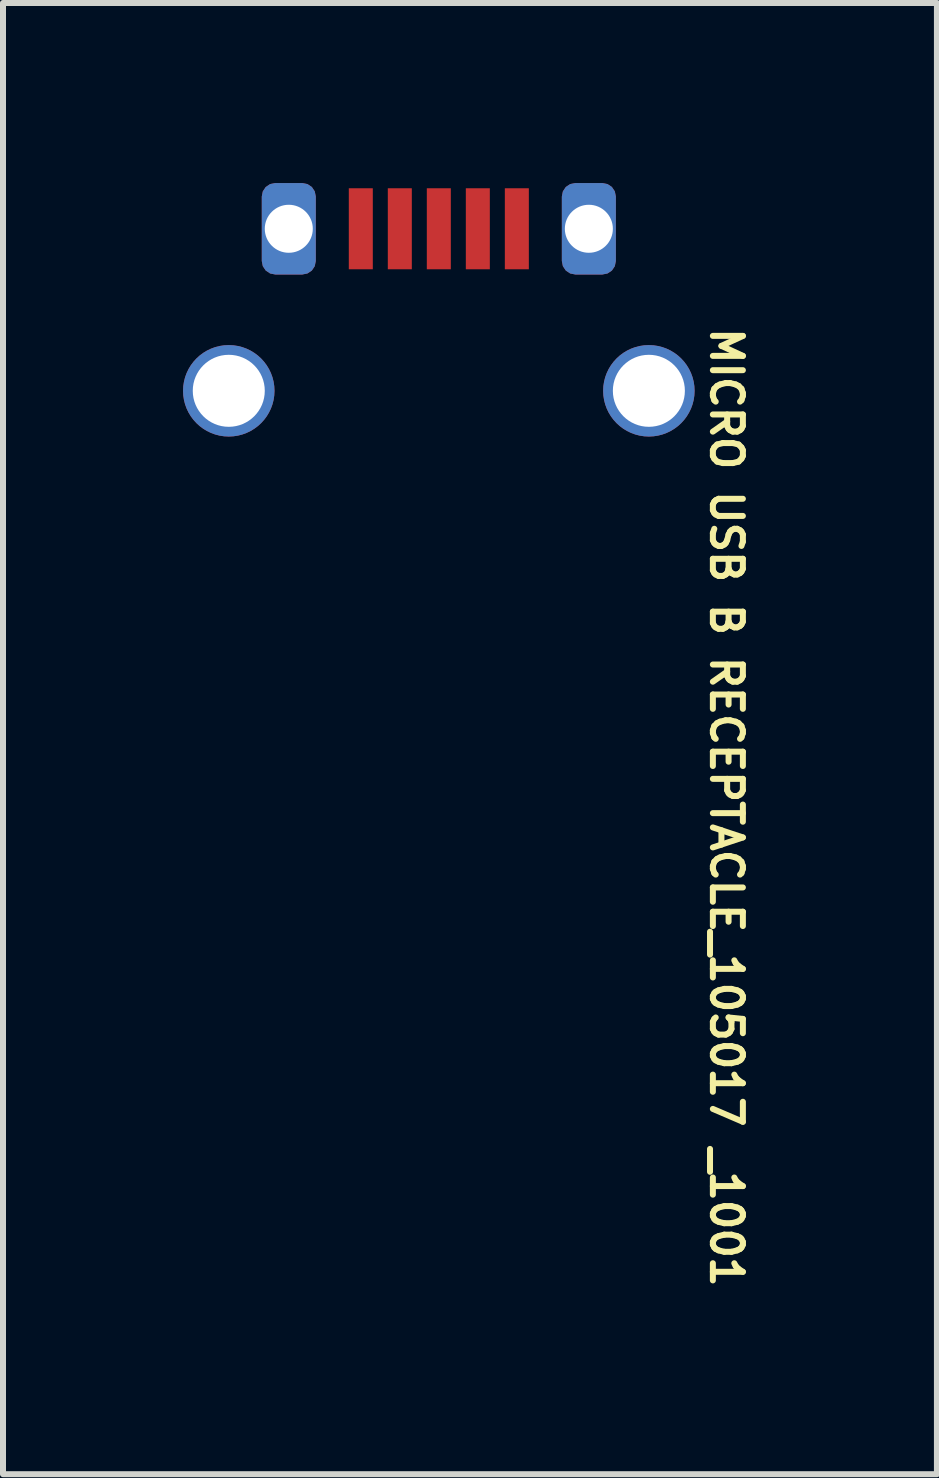
<source format=kicad_pcb>
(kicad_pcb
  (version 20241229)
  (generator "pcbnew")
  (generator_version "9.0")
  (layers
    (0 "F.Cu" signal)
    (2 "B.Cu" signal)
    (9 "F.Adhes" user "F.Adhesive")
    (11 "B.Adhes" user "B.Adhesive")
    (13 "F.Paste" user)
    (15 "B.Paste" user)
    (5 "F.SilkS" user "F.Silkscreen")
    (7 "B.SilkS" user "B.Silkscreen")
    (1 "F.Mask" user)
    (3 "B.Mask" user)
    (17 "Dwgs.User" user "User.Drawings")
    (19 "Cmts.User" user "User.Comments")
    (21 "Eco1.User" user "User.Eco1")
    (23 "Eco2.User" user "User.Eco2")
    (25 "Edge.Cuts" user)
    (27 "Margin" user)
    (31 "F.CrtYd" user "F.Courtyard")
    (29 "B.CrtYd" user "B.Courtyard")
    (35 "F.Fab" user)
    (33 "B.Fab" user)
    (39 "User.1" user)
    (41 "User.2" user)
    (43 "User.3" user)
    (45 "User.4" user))
  (footprint "MICRO USB B RECEPTACLE_105017 _1001"
    (layer "F.Cu")
    (at 4.262 2.112)
    (property "Reference" "MICRO USB B RECEPTACLE_105017 _1001" (at 4.5 0.25 270) (unlocked yes) (layer "F.SilkS") (effects (font (size 0.5 0.5) (thickness 0.1)) (justify left bottom)))
    (pad "1" smd rect (at -1.3 -1.35) (size 0.4 1.35) (layers "F.Cu" "F.Mask" "F.Paste"))
    (pad "2" smd rect (at -0.65 -1.35) (size 0.4 1.35) (layers "F.Cu" "F.Mask" "F.Paste"))
    (pad "3" smd rect (at 0 -1.35) (size 0.4 1.35) (layers "F.Cu" "F.Mask" "F.Paste"))
    (pad "4" smd rect (at 0.65 -1.35) (size 0.4 1.35) (layers "F.Cu" "F.Mask" "F.Paste"))
    (pad "5" smd rect (at 1.3 -1.35) (size 0.4 1.35) (layers "F.Cu" "F.Mask" "F.Paste"))
    (pad "6" thru_hole circle (at -3.5 1.35) (size 1.524 1.524) (drill 1.2) (layers "*.Cu" "*.Mask"))
    (pad "7" thru_hole roundrect (at -2.5 -1.35) (size 0.9 1.524) (drill 0.8) (layers "*.Cu" "*.Mask") (roundrect_rratio 0.25))
    (pad "8" thru_hole roundrect (at 2.5 -1.35) (size 0.9 1.524) (drill 0.8) (layers "*.Cu" "*.Mask") (roundrect_rratio 0.25))
    (pad "9" thru_hole circle (at 3.5 1.35) (size 1.524 1.524) (drill 1.2) (layers "*.Cu" "*.Mask")))
  (gr_rect
    (start -3 -3)
    (end 12.562 21.514)
    (stroke (width 0.1) (type default))
    (fill no)
    (layer "Edge.Cuts")))
</source>
